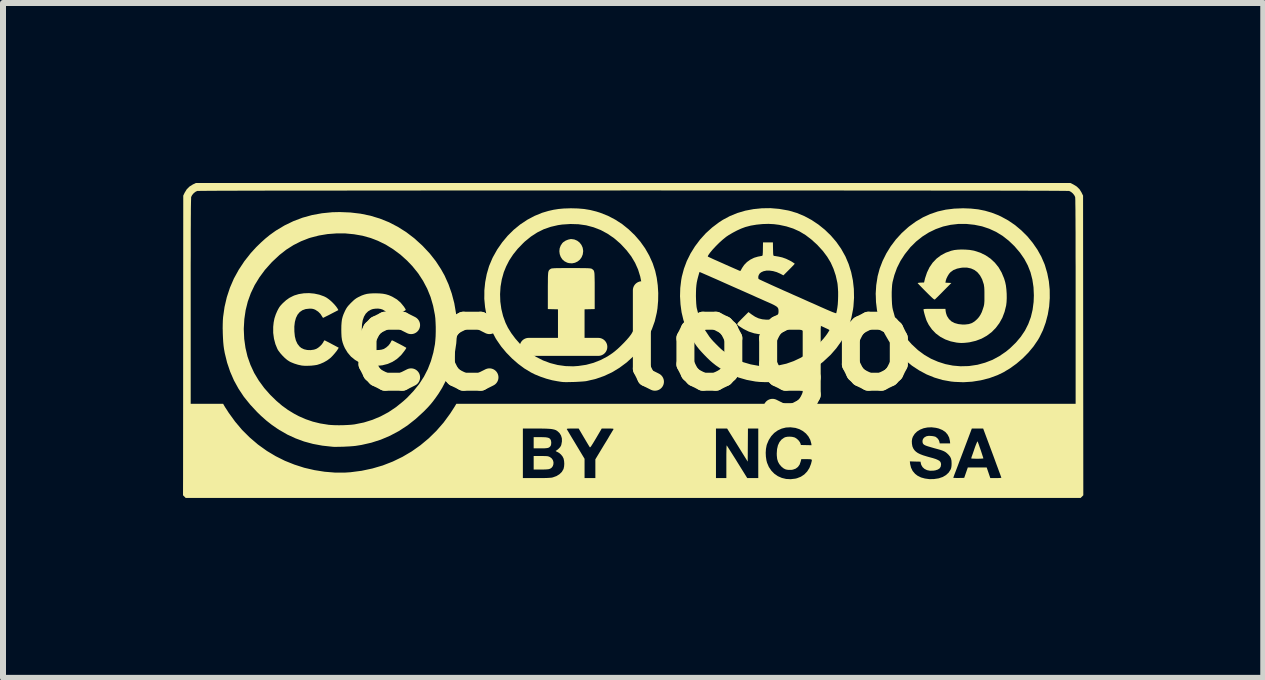
<source format=kicad_pcb>
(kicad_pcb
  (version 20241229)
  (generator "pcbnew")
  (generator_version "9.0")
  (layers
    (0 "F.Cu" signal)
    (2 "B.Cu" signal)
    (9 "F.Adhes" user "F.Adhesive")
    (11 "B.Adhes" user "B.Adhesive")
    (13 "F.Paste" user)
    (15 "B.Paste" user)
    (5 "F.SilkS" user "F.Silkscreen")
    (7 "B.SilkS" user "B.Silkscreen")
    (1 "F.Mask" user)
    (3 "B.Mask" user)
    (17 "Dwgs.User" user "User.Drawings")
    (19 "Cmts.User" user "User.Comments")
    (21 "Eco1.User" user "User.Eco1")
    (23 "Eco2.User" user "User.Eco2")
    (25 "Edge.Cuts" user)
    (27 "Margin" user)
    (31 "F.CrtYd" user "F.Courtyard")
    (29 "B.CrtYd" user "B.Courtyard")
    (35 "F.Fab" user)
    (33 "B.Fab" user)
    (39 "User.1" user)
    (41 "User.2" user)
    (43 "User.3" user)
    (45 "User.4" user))
  (footprint "cc-logo"
    (layer "F.Cu")
    (at 7.502 2.622)
    (property "Reference" "cc-logo" (at 0 0 0) (layer "F.SilkS") (effects (font (size 1.524 1.524) (thickness 0.3))))
    (attr board_only exclude_from_pos_files exclude_from_bom)
    (fp_poly (pts (xy -1.496 1.614) (xy -1.456 1.616) (xy -1.426 1.621) (xy -1.404 1.628) (xy -1.388 1.639) (xy -1.378 1.651) (xy -1.369 1.673) (xy -1.365 1.702) (xy -1.367 1.732) (xy -1.374 1.757) (xy -1.377 1.761) (xy -1.389 1.775) (xy -1.403 1.786) (xy -1.422 1.793) (xy -1.448 1.797) (xy -1.484 1.8) (xy -1.532 1.8) (xy -1.545 1.8) (xy -1.658 1.8) (xy -1.658 1.613) (xy -1.549 1.613)) (stroke (width 0) (type solid)) (fill yes) (layer "F.SilkS"))
    (fp_poly (pts (xy -1.494 1.928) (xy -1.46 1.929) (xy -1.436 1.93) (xy -1.418 1.933) (xy -1.403 1.938) (xy -1.39 1.944) (xy -1.387 1.945) (xy -1.358 1.967) (xy -1.338 1.996) (xy -1.328 2.03) (xy -1.329 2.064) (xy -1.339 2.096) (xy -1.359 2.123) (xy -1.383 2.139) (xy -1.398 2.144) (xy -1.414 2.148) (xy -1.436 2.15) (xy -1.466 2.152) (xy -1.506 2.153) (xy -1.536 2.153) (xy -1.658 2.153) (xy -1.658 1.928) (xy -1.539 1.928)) (stroke (width 0) (type solid)) (fill yes) (layer "F.SilkS"))
    (fp_poly (pts (xy -0.98 -1.681) (xy -0.933 -1.661) (xy -0.893 -1.63) (xy -0.862 -1.59) (xy -0.841 -1.543) (xy -0.833 -1.491) (xy -0.833 -1.485) (xy -0.84 -1.432) (xy -0.859 -1.385) (xy -0.888 -1.345) (xy -0.926 -1.314) (xy -0.97 -1.293) (xy -1.019 -1.283) (xy -1.07 -1.287) (xy -1.1 -1.295) (xy -1.145 -1.318) (xy -1.182 -1.351) (xy -1.208 -1.392) (xy -1.224 -1.437) (xy -1.23 -1.485) (xy -1.225 -1.533) (xy -1.208 -1.579) (xy -1.18 -1.621) (xy -1.162 -1.638) (xy -1.125 -1.662) (xy -1.082 -1.679) (xy -1.04 -1.688) (xy -1.031 -1.688)) (stroke (width 0) (type solid)) (fill yes) (layer "F.SilkS"))
    (fp_poly (pts (xy 5.744 1.694) (xy 5.752 1.715) (xy 5.763 1.745) (xy 5.775 1.781) (xy 5.789 1.82) (xy 5.802 1.859) (xy 5.814 1.896) (xy 5.824 1.927) (xy 5.832 1.951) (xy 5.836 1.965) (xy 5.836 1.967) (xy 5.829 1.969) (xy 5.811 1.971) (xy 5.784 1.972) (xy 5.752 1.973) (xy 5.718 1.973) (xy 5.686 1.972) (xy 5.659 1.971) (xy 5.641 1.97) (xy 5.634 1.967) (xy 5.634 1.967) (xy 5.636 1.959) (xy 5.642 1.938) (xy 5.653 1.908) (xy 5.666 1.871) (xy 5.681 1.828) (xy 5.684 1.818) (xy 5.701 1.769) (xy 5.716 1.731) (xy 5.728 1.703) (xy 5.736 1.687) (xy 5.74 1.684)) (stroke (width 0) (type solid)) (fill yes) (layer "F.SilkS"))
    (fp_poly (pts (xy -0.953 -1.204) (xy -0.888 -1.204) (xy -0.835 -1.203) (xy -0.793 -1.203) (xy -0.76 -1.202) (xy -0.736 -1.201) (xy -0.718 -1.199) (xy -0.705 -1.197) (xy -0.696 -1.195) (xy -0.69 -1.192) (xy -0.688 -1.191) (xy -0.677 -1.183) (xy -0.668 -1.176) (xy -0.66 -1.168) (xy -0.654 -1.157) (xy -0.65 -1.143) (xy -0.646 -1.123) (xy -0.644 -1.096) (xy -0.643 -1.061) (xy -0.642 -1.016) (xy -0.641 -0.96) (xy -0.641 -0.892) (xy -0.641 -0.521) (xy -0.726 -0.519) (xy -0.81 -0.517) (xy -0.81 0.188) (xy -1.253 0.188) (xy -1.253 -0.517) (xy -1.422 -0.521) (xy -1.422 -0.829) (xy -1.422 -0.908) (xy -1.421 -0.974) (xy -1.421 -1.027) (xy -1.42 -1.069) (xy -1.418 -1.102) (xy -1.416 -1.128) (xy -1.412 -1.146) (xy -1.407 -1.16) (xy -1.401 -1.17) (xy -1.393 -1.178) (xy -1.384 -1.185) (xy -1.375 -1.191) (xy -1.369 -1.194) (xy -1.361 -1.197) (xy -1.35 -1.199) (xy -1.334 -1.2) (xy -1.312 -1.202) (xy -1.282 -1.203) (xy -1.243 -1.203) (xy -1.194 -1.204) (xy -1.134 -1.204) (xy -1.06 -1.204) (xy -1.031 -1.204)) (stroke (width 0) (type solid)) (fill yes) (layer "F.SilkS"))
    (fp_poly (pts (xy -5.314 -0.779) (xy -5.23 -0.761) (xy -5.152 -0.733) (xy -5.116 -0.715) (xy -5.086 -0.695) (xy -5.05 -0.667) (xy -5.014 -0.634) (xy -4.98 -0.599) (xy -4.952 -0.566) (xy -4.932 -0.538) (xy -4.93 -0.535) (xy -4.913 -0.504) (xy -5.037 -0.44) (xy -5.077 -0.419) (xy -5.112 -0.402) (xy -5.14 -0.388) (xy -5.159 -0.378) (xy -5.167 -0.375) (xy -5.174 -0.381) (xy -5.183 -0.396) (xy -5.185 -0.399) (xy -5.212 -0.441) (xy -5.249 -0.478) (xy -5.292 -0.506) (xy -5.294 -0.508) (xy -5.32 -0.519) (xy -5.342 -0.525) (xy -5.368 -0.528) (xy -5.397 -0.528) (xy -5.459 -0.521) (xy -5.512 -0.502) (xy -5.557 -0.471) (xy -5.593 -0.428) (xy -5.62 -0.373) (xy -5.638 -0.307) (xy -5.647 -0.23) (xy -5.646 -0.146) (xy -5.638 -0.066) (xy -5.621 0.002) (xy -5.595 0.058) (xy -5.561 0.102) (xy -5.531 0.127) (xy -5.485 0.149) (xy -5.432 0.161) (xy -5.375 0.163) (xy -5.319 0.155) (xy -5.283 0.143) (xy -5.252 0.125) (xy -5.219 0.098) (xy -5.189 0.067) (xy -5.167 0.036) (xy -5.161 0.024) (xy -5.152 0.008) (xy -5.144 0.000193) (xy -5.143 0) (xy -5.135 0.003) (xy -5.116 0.013) (xy -5.088 0.027) (xy -5.053 0.045) (xy -5.022 0.062) (xy -4.907 0.123) (xy -4.92 0.145) (xy -4.941 0.177) (xy -4.971 0.214) (xy -5.004 0.252) (xy -5.037 0.286) (xy -5.052 0.299) (xy -5.099 0.334) (xy -5.155 0.366) (xy -5.215 0.392) (xy -5.268 0.409) (xy -5.312 0.416) (xy -5.366 0.422) (xy -5.423 0.424) (xy -5.477 0.424) (xy -5.524 0.42) (xy -5.584 0.407) (xy -5.648 0.387) (xy -5.707 0.363) (xy -5.729 0.351) (xy -5.766 0.327) (xy -5.806 0.293) (xy -5.846 0.253) (xy -5.883 0.211) (xy -5.913 0.171) (xy -5.928 0.146) (xy -5.962 0.064) (xy -5.986 -0.027) (xy -5.999 -0.124) (xy -5.999 -0.222) (xy -5.999 -0.225) (xy -5.991 -0.3) (xy -5.978 -0.366) (xy -5.957 -0.43) (xy -5.933 -0.486) (xy -5.913 -0.525) (xy -5.895 -0.555) (xy -5.874 -0.582) (xy -5.848 -0.61) (xy -5.837 -0.621) (xy -5.783 -0.67) (xy -5.729 -0.708) (xy -5.67 -0.738) (xy -5.648 -0.748) (xy -5.572 -0.771) (xy -5.488 -0.784) (xy -5.401 -0.787)) (stroke (width 0) (type solid)) (fill yes) (layer "F.SilkS"))
    (fp_poly (pts (xy -4.229 -0.782) (xy -4.171 -0.777) (xy -4.119 -0.767) (xy -4.07 -0.752) (xy -4.02 -0.73) (xy -4.007 -0.723) (xy -3.936 -0.681) (xy -3.876 -0.629) (xy -3.825 -0.567) (xy -3.821 -0.562) (xy -3.804 -0.536) (xy -3.794 -0.52) (xy -3.791 -0.51) (xy -3.793 -0.503) (xy -3.8 -0.498) (xy -3.811 -0.491) (xy -3.832 -0.479) (xy -3.861 -0.464) (xy -3.894 -0.447) (xy -3.929 -0.429) (xy -3.964 -0.412) (xy -3.995 -0.396) (xy -4.02 -0.384) (xy -4.037 -0.377) (xy -4.042 -0.375) (xy -4.048 -0.381) (xy -4.059 -0.396) (xy -4.072 -0.416) (xy -4.103 -0.459) (xy -4.14 -0.492) (xy -4.174 -0.512) (xy -4.207 -0.523) (xy -4.249 -0.529) (xy -4.294 -0.528) (xy -4.337 -0.522) (xy -4.37 -0.511) (xy -4.418 -0.483) (xy -4.457 -0.444) (xy -4.486 -0.395) (xy -4.507 -0.335) (xy -4.519 -0.263) (xy -4.523 -0.184) (xy -4.519 -0.099) (xy -4.506 -0.027) (xy -4.484 0.034) (xy -4.454 0.083) (xy -4.414 0.121) (xy -4.365 0.148) (xy -4.329 0.157) (xy -4.285 0.162) (xy -4.237 0.161) (xy -4.193 0.155) (xy -4.156 0.144) (xy -4.152 0.142) (xy -4.113 0.117) (xy -4.076 0.084) (xy -4.048 0.047) (xy -4.04 0.031) (xy -4.03 0.012) (xy -4.022 0.001) (xy -4.019 0) (xy -4.01 0.003) (xy -3.991 0.012) (xy -3.965 0.025) (xy -3.933 0.042) (xy -3.899 0.059) (xy -3.865 0.077) (xy -3.833 0.094) (xy -3.807 0.109) (xy -3.789 0.119) (xy -3.781 0.124) (xy -3.781 0.125) (xy -3.785 0.136) (xy -3.797 0.155) (xy -3.814 0.179) (xy -3.835 0.206) (xy -3.856 0.233) (xy -3.874 0.253) (xy -3.939 0.312) (xy -4.012 0.359) (xy -4.093 0.394) (xy -4.18 0.416) (xy -4.273 0.425) (xy -4.372 0.421) (xy -4.388 0.419) (xy -4.478 0.401) (xy -4.561 0.37) (xy -4.635 0.326) (xy -4.702 0.272) (xy -4.758 0.206) (xy -4.804 0.131) (xy -4.825 0.084) (xy -4.841 0.039) (xy -4.853 -0.008) (xy -4.86 -0.059) (xy -4.863 -0.119) (xy -4.864 -0.18) (xy -4.863 -0.246) (xy -4.859 -0.301) (xy -4.853 -0.349) (xy -4.842 -0.392) (xy -4.827 -0.435) (xy -4.806 -0.482) (xy -4.8 -0.495) (xy -4.783 -0.527) (xy -4.765 -0.555) (xy -4.742 -0.583) (xy -4.713 -0.614) (xy -4.7 -0.627) (xy -4.666 -0.66) (xy -4.638 -0.684) (xy -4.611 -0.703) (xy -4.581 -0.72) (xy -4.568 -0.726) (xy -4.522 -0.748) (xy -4.48 -0.763) (xy -4.438 -0.774) (xy -4.393 -0.78) (xy -4.341 -0.783) (xy -4.298 -0.784)) (stroke (width 0) (type solid)) (fill yes) (layer "F.SilkS"))
    (fp_poly (pts (xy 5.499 -2.201) (xy 5.629 -2.196) (xy 5.75 -2.183) (xy 5.864 -2.16) (xy 5.974 -2.128) (xy 6.083 -2.086) (xy 6.132 -2.063) (xy 6.251 -1.998) (xy 6.364 -1.921) (xy 6.47 -1.832) (xy 6.569 -1.734) (xy 6.657 -1.627) (xy 6.736 -1.513) (xy 6.802 -1.395) (xy 6.855 -1.272) (xy 6.862 -1.253) (xy 6.901 -1.12) (xy 6.928 -0.984) (xy 6.942 -0.844) (xy 6.943 -0.704) (xy 6.933 -0.565) (xy 6.91 -0.429) (xy 6.875 -0.296) (xy 6.829 -0.169) (xy 6.771 -0.05) (xy 6.744 -0.004) (xy 6.671 0.103) (xy 6.586 0.205) (xy 6.491 0.301) (xy 6.388 0.389) (xy 6.28 0.467) (xy 6.168 0.534) (xy 6.072 0.58) (xy 5.936 0.63) (xy 5.794 0.666) (xy 5.649 0.689) (xy 5.503 0.698) (xy 5.356 0.692) (xy 5.297 0.686) (xy 5.157 0.661) (xy 5.022 0.621) (xy 4.891 0.568) (xy 4.766 0.501) (xy 4.646 0.422) (xy 4.534 0.33) (xy 4.429 0.227) (xy 4.332 0.112) (xy 4.257 0.005) (xy 4.191 -0.11) (xy 4.137 -0.234) (xy 4.094 -0.364) (xy 4.064 -0.499) (xy 4.047 -0.638) (xy 4.044 -0.736) (xy 4.309 -0.736) (xy 4.311 -0.669) (xy 4.314 -0.606) (xy 4.32 -0.551) (xy 4.327 -0.515) (xy 4.363 -0.385) (xy 4.412 -0.263) (xy 4.474 -0.148) (xy 4.55 -0.039) (xy 4.639 0.063) (xy 4.742 0.159) (xy 4.75 0.166) (xy 4.853 0.242) (xy 4.963 0.306) (xy 5.081 0.357) (xy 5.203 0.396) (xy 5.328 0.421) (xy 5.455 0.432) (xy 5.583 0.429) (xy 5.605 0.427) (xy 5.739 0.407) (xy 5.866 0.372) (xy 5.988 0.325) (xy 6.103 0.263) (xy 6.213 0.188) (xy 6.28 0.133) (xy 6.377 0.039) (xy 6.46 -0.059) (xy 6.53 -0.163) (xy 6.585 -0.272) (xy 6.628 -0.388) (xy 6.657 -0.51) (xy 6.674 -0.64) (xy 6.678 -0.75) (xy 6.672 -0.886) (xy 6.653 -1.013) (xy 6.622 -1.134) (xy 6.577 -1.248) (xy 6.519 -1.357) (xy 6.447 -1.461) (xy 6.361 -1.562) (xy 6.358 -1.566) (xy 6.26 -1.66) (xy 6.157 -1.741) (xy 6.049 -1.807) (xy 5.934 -1.86) (xy 5.814 -1.9) (xy 5.686 -1.926) (xy 5.553 -1.94) (xy 5.42 -1.94) (xy 5.29 -1.925) (xy 5.165 -1.897) (xy 5.044 -1.854) (xy 4.928 -1.798) (xy 4.819 -1.729) (xy 4.716 -1.647) (xy 4.621 -1.553) (xy 4.613 -1.543) (xy 4.527 -1.435) (xy 4.455 -1.324) (xy 4.397 -1.208) (xy 4.353 -1.087) (xy 4.323 -0.971) (xy 4.316 -0.925) (xy 4.312 -0.868) (xy 4.309 -0.803) (xy 4.309 -0.736) (xy 4.044 -0.736) (xy 4.042 -0.778) (xy 4.051 -0.92) (xy 4.073 -1.06) (xy 4.073 -1.064) (xy 4.108 -1.195) (xy 4.157 -1.323) (xy 4.219 -1.448) (xy 4.293 -1.568) (xy 4.379 -1.682) (xy 4.475 -1.787) (xy 4.581 -1.883) (xy 4.599 -1.898) (xy 4.713 -1.981) (xy 4.83 -2.05) (xy 4.951 -2.105) (xy 5.077 -2.148) (xy 5.21 -2.178) (xy 5.349 -2.195) (xy 5.498 -2.201)) (stroke (width 0) (type solid)) (fill yes) (layer "F.SilkS"))
    (fp_poly (pts (xy 5.54 -1.512) (xy 5.607 -1.507) (xy 5.666 -1.497) (xy 5.685 -1.493) (xy 5.784 -1.461) (xy 5.874 -1.417) (xy 5.955 -1.362) (xy 6.028 -1.294) (xy 6.09 -1.217) (xy 6.141 -1.129) (xy 6.182 -1.031) (xy 6.2 -0.971) (xy 6.212 -0.915) (xy 6.22 -0.849) (xy 6.225 -0.777) (xy 6.226 -0.705) (xy 6.223 -0.638) (xy 6.216 -0.58) (xy 6.19 -0.475) (xy 6.153 -0.377) (xy 6.103 -0.287) (xy 6.043 -0.207) (xy 5.973 -0.136) (xy 5.894 -0.077) (xy 5.806 -0.028) (xy 5.71 0.008) (xy 5.608 0.032) (xy 5.57 0.037) (xy 5.518 0.042) (xy 5.475 0.044) (xy 5.433 0.042) (xy 5.388 0.037) (xy 5.292 0.017) (xy 5.202 -0.015) (xy 5.119 -0.059) (xy 5.045 -0.114) (xy 4.981 -0.18) (xy 4.927 -0.256) (xy 4.893 -0.322) (xy 4.884 -0.345) (xy 4.874 -0.376) (xy 4.863 -0.411) (xy 4.853 -0.446) (xy 4.845 -0.479) (xy 4.84 -0.503) (xy 4.838 -0.515) (xy 4.841 -0.518) (xy 4.849 -0.521) (xy 4.865 -0.523) (xy 4.889 -0.524) (xy 4.924 -0.525) (xy 4.971 -0.525) (xy 5.021 -0.525) (xy 5.204 -0.525) (xy 5.208 -0.485) (xy 5.214 -0.454) (xy 5.225 -0.42) (xy 5.232 -0.403) (xy 5.263 -0.355) (xy 5.304 -0.316) (xy 5.357 -0.288) (xy 5.419 -0.271) (xy 5.491 -0.263) (xy 5.534 -0.264) (xy 5.593 -0.271) (xy 5.643 -0.287) (xy 5.688 -0.314) (xy 5.73 -0.351) (xy 5.763 -0.388) (xy 5.788 -0.426) (xy 5.81 -0.47) (xy 5.829 -0.524) (xy 5.833 -0.537) (xy 5.841 -0.561) (xy 5.846 -0.582) (xy 5.85 -0.604) (xy 5.852 -0.628) (xy 5.854 -0.657) (xy 5.854 -0.696) (xy 5.854 -0.746) (xy 5.854 -0.803) (xy 5.853 -0.848) (xy 5.851 -0.883) (xy 5.847 -0.911) (xy 5.843 -0.936) (xy 5.841 -0.941) (xy 5.816 -1.017) (xy 5.782 -1.08) (xy 5.74 -1.132) (xy 5.69 -1.171) (xy 5.631 -1.198) (xy 5.565 -1.212) (xy 5.492 -1.212) (xy 5.465 -1.209) (xy 5.397 -1.195) (xy 5.339 -1.172) (xy 5.292 -1.139) (xy 5.29 -1.137) (xy 5.265 -1.109) (xy 5.242 -1.072) (xy 5.222 -1.032) (xy 5.21 -0.995) (xy 5.209 -0.988) (xy 5.204 -0.961) (xy 5.303 -0.956) (xy 5.173 -0.825) (xy 5.137 -0.788) (xy 5.103 -0.754) (xy 5.074 -0.725) (xy 5.051 -0.703) (xy 5.036 -0.688) (xy 5.031 -0.683) (xy 5.026 -0.681) (xy 5.02 -0.681) (xy 5.011 -0.686) (xy 4.998 -0.696) (xy 4.979 -0.713) (xy 4.954 -0.737) (xy 4.921 -0.769) (xy 4.879 -0.811) (xy 4.842 -0.848) (xy 4.809 -0.882) (xy 4.781 -0.911) (xy 4.759 -0.934) (xy 4.745 -0.949) (xy 4.741 -0.954) (xy 4.748 -0.957) (xy 4.766 -0.96) (xy 4.791 -0.962) (xy 4.794 -0.962) (xy 4.848 -0.964) (xy 4.865 -1.035) (xy 4.897 -1.131) (xy 4.939 -1.218) (xy 4.992 -1.295) (xy 5.056 -1.362) (xy 5.129 -1.417) (xy 5.211 -1.461) (xy 5.301 -1.493) (xy 5.353 -1.505) (xy 5.408 -1.511) (xy 5.472 -1.514)) (stroke (width 0) (type solid)) (fill yes) (layer "F.SilkS"))
    (fp_poly (pts (xy -0.923 -2.198) (xy -0.817 -2.189) (xy -0.715 -2.172) (xy -0.615 -2.147) (xy -0.551 -2.127) (xy -0.422 -2.076) (xy -0.299 -2.012) (xy -0.183 -1.937) (xy -0.074 -1.849) (xy 0.027 -1.752) (xy 0.118 -1.647) (xy 0.199 -1.533) (xy 0.268 -1.412) (xy 0.325 -1.286) (xy 0.367 -1.159) (xy 0.393 -1.042) (xy 0.41 -0.917) (xy 0.418 -0.788) (xy 0.416 -0.658) (xy 0.405 -0.532) (xy 0.393 -0.458) (xy 0.36 -0.318) (xy 0.312 -0.185) (xy 0.251 -0.058) (xy 0.177 0.062) (xy 0.089 0.176) (xy 0.004 0.266) (xy -0.109 0.369) (xy -0.229 0.458) (xy -0.353 0.533) (xy -0.484 0.594) (xy -0.621 0.642) (xy -0.765 0.676) (xy -0.784 0.68) (xy -0.81 0.683) (xy -0.846 0.686) (xy -0.891 0.689) (xy -0.941 0.692) (xy -0.993 0.694) (xy -1.044 0.695) (xy -1.092 0.696) (xy -1.133 0.696) (xy -1.165 0.695) (xy -1.185 0.693) (xy -1.202 0.691) (xy -1.228 0.687) (xy -1.258 0.682) (xy -1.26 0.682) (xy -1.351 0.665) (xy -1.447 0.639) (xy -1.544 0.606) (xy -1.637 0.568) (xy -1.703 0.535) (xy -1.811 0.47) (xy -1.916 0.392) (xy -2.018 0.303) (xy -2.113 0.206) (xy -2.199 0.103) (xy -2.273 -0.004) (xy -2.293 -0.036) (xy -2.356 -0.157) (xy -2.406 -0.285) (xy -2.444 -0.417) (xy -2.468 -0.553) (xy -2.481 -0.692) (xy -2.48 -0.77) (xy -2.218 -0.77) (xy -2.214 -0.646) (xy -2.197 -0.524) (xy -2.168 -0.405) (xy -2.127 -0.292) (xy -2.087 -0.21) (xy -2.032 -0.121) (xy -1.965 -0.031) (xy -1.89 0.055) (xy -1.809 0.135) (xy -1.727 0.202) (xy -1.619 0.275) (xy -1.503 0.334) (xy -1.383 0.379) (xy -1.258 0.411) (xy -1.129 0.429) (xy -0.999 0.433) (xy -0.914 0.427) (xy -0.784 0.408) (xy -0.661 0.375) (xy -0.544 0.329) (xy -0.431 0.27) (xy -0.349 0.216) (xy -0.306 0.183) (xy -0.258 0.142) (xy -0.208 0.095) (xy -0.158 0.045) (xy -0.111 -0.005) (xy -0.07 -0.052) (xy -0.038 -0.094) (xy -0.031 -0.104) (xy 0.034 -0.215) (xy 0.085 -0.333) (xy 0.123 -0.456) (xy 0.146 -0.585) (xy 0.156 -0.718) (xy 0.155 -0.806) (xy 0.143 -0.939) (xy 0.118 -1.063) (xy 0.082 -1.18) (xy 0.032 -1.292) (xy -0.031 -1.398) (xy -0.109 -1.5) (xy -0.2 -1.598) (xy -0.217 -1.615) (xy -0.319 -1.703) (xy -0.427 -1.777) (xy -0.54 -1.838) (xy -0.659 -1.884) (xy -0.783 -1.917) (xy -0.912 -1.935) (xy -1.045 -1.939) (xy -1.183 -1.93) (xy -1.252 -1.92) (xy -1.373 -1.892) (xy -1.489 -1.852) (xy -1.598 -1.798) (xy -1.703 -1.73) (xy -1.804 -1.648) (xy -1.835 -1.618) (xy -1.925 -1.525) (xy -2.001 -1.43) (xy -2.065 -1.333) (xy -2.117 -1.231) (xy -2.156 -1.135) (xy -2.189 -1.017) (xy -2.21 -0.895) (xy -2.218 -0.77) (xy -2.48 -0.77) (xy -2.48 -0.831) (xy -2.466 -0.969) (xy -2.44 -1.105) (xy -2.401 -1.238) (xy -2.348 -1.364) (xy -2.337 -1.387) (xy -2.265 -1.515) (xy -2.183 -1.633) (xy -2.091 -1.743) (xy -1.99 -1.843) (xy -1.881 -1.932) (xy -1.765 -2.009) (xy -1.643 -2.074) (xy -1.516 -2.126) (xy -1.411 -2.157) (xy -1.327 -2.176) (xy -1.244 -2.189) (xy -1.158 -2.197) (xy -1.063 -2.2) (xy -1.039 -2.201)) (stroke (width 0) (type solid)) (fill yes) (layer "F.SilkS"))
    (fp_poly (pts (xy -4.714 -2.131) (xy -4.544 -2.111) (xy -4.379 -2.077) (xy -4.221 -2.029) (xy -4.069 -1.968) (xy -3.923 -1.892) (xy -3.783 -1.804) (xy -3.648 -1.701) (xy -3.519 -1.584) (xy -3.503 -1.568) (xy -3.389 -1.446) (xy -3.289 -1.319) (xy -3.203 -1.187) (xy -3.143 -1.08) (xy -3.077 -0.933) (xy -3.023 -0.779) (xy -2.981 -0.619) (xy -2.953 -0.456) (xy -2.938 -0.289) (xy -2.936 -0.12) (xy -2.948 0.049) (xy -2.973 0.217) (xy -3.001 0.342) (xy -3.048 0.498) (xy -3.109 0.648) (xy -3.183 0.791) (xy -3.245 0.891) (xy -3.292 0.958) (xy -3.336 1.017) (xy -3.38 1.071) (xy -3.428 1.124) (xy -3.485 1.182) (xy -3.492 1.189) (xy -3.624 1.31) (xy -3.761 1.418) (xy -3.904 1.511) (xy -4.052 1.59) (xy -4.205 1.655) (xy -4.364 1.706) (xy -4.527 1.743) (xy -4.627 1.759) (xy -4.668 1.763) (xy -4.719 1.767) (xy -4.775 1.77) (xy -4.834 1.773) (xy -4.891 1.774) (xy -4.943 1.775) (xy -4.987 1.775) (xy -5.015 1.773) (xy -5.18 1.755) (xy -5.336 1.726) (xy -5.484 1.686) (xy -5.625 1.634) (xy -5.762 1.571) (xy -5.896 1.494) (xy -5.93 1.472) (xy -6.024 1.407) (xy -6.113 1.337) (xy -6.2 1.26) (xy -6.267 1.195) (xy -6.384 1.069) (xy -6.488 0.94) (xy -6.577 0.806) (xy -6.653 0.668) (xy -6.716 0.523) (xy -6.767 0.372) (xy -6.806 0.213) (xy -6.819 0.142) (xy -6.826 0.09) (xy -6.832 0.027) (xy -6.836 -0.043) (xy -6.839 -0.118) (xy -6.84 -0.18) (xy -6.489 -0.18) (xy -6.482 -0.024) (xy -6.461 0.126) (xy -6.427 0.27) (xy -6.378 0.409) (xy -6.316 0.543) (xy -6.239 0.671) (xy -6.149 0.794) (xy -6.044 0.913) (xy -6.042 0.914) (xy -5.946 1.008) (xy -5.851 1.089) (xy -5.753 1.16) (xy -5.651 1.222) (xy -5.57 1.265) (xy -5.455 1.315) (xy -5.338 1.355) (xy -5.216 1.385) (xy -5.084 1.406) (xy -5.081 1.407) (xy -5.031 1.411) (xy -4.971 1.414) (xy -4.903 1.415) (xy -4.833 1.414) (xy -4.765 1.411) (xy -4.701 1.407) (xy -4.647 1.401) (xy -4.636 1.399) (xy -4.488 1.369) (xy -4.346 1.325) (xy -4.21 1.268) (xy -4.079 1.198) (xy -3.952 1.113) (xy -3.83 1.014) (xy -3.765 0.955) (xy -3.659 0.843) (xy -3.566 0.728) (xy -3.487 0.606) (xy -3.422 0.479) (xy -3.37 0.345) (xy -3.33 0.203) (xy -3.303 0.062) (xy -3.297 0.002) (xy -3.292 -0.068) (xy -3.29 -0.145) (xy -3.29 -0.223) (xy -3.293 -0.299) (xy -3.297 -0.368) (xy -3.304 -0.424) (xy -3.334 -0.577) (xy -3.376 -0.722) (xy -3.432 -0.86) (xy -3.501 -0.991) (xy -3.583 -1.117) (xy -3.679 -1.236) (xy -3.766 -1.327) (xy -3.878 -1.428) (xy -3.998 -1.517) (xy -4.123 -1.595) (xy -4.254 -1.659) (xy -4.373 -1.705) (xy -4.509 -1.743) (xy -4.652 -1.768) (xy -4.798 -1.782) (xy -4.946 -1.782) (xy -5.093 -1.771) (xy -5.237 -1.747) (xy -5.376 -1.711) (xy -5.405 -1.702) (xy -5.535 -1.651) (xy -5.66 -1.588) (xy -5.78 -1.512) (xy -5.895 -1.422) (xy -6.007 -1.317) (xy -6.03 -1.294) (xy -6.137 -1.174) (xy -6.229 -1.049) (xy -6.308 -0.92) (xy -6.372 -0.786) (xy -6.422 -0.648) (xy -6.458 -0.504) (xy -6.48 -0.355) (xy -6.489 -0.2) (xy -6.489 -0.18) (xy -6.84 -0.18) (xy -6.841 -0.194) (xy -6.84 -0.266) (xy -6.838 -0.332) (xy -6.834 -0.387) (xy -6.81 -0.556) (xy -6.772 -0.719) (xy -6.72 -0.877) (xy -6.654 -1.03) (xy -6.573 -1.177) (xy -6.479 -1.319) (xy -6.372 -1.455) (xy -6.283 -1.552) (xy -6.205 -1.628) (xy -6.131 -1.695) (xy -6.056 -1.756) (xy -5.975 -1.814) (xy -5.952 -1.83) (xy -5.81 -1.915) (xy -5.663 -1.986) (xy -5.51 -2.044) (xy -5.351 -2.088) (xy -5.186 -2.118) (xy -5.015 -2.135) (xy -4.891 -2.138)) (stroke (width 0) (type solid)) (fill yes) (layer "F.SilkS"))
    (fp_poly (pts (xy 2.432 -2.191) (xy 2.575 -2.166) (xy 2.599 -2.161) (xy 2.727 -2.123) (xy 2.852 -2.071) (xy 2.973 -2.006) (xy 3.087 -1.93) (xy 3.195 -1.843) (xy 3.295 -1.746) (xy 3.386 -1.64) (xy 3.466 -1.526) (xy 3.533 -1.406) (xy 3.537 -1.399) (xy 3.591 -1.272) (xy 3.633 -1.138) (xy 3.662 -0.999) (xy 3.678 -0.856) (xy 3.681 -0.71) (xy 3.671 -0.564) (xy 3.664 -0.514) (xy 3.636 -0.372) (xy 3.594 -0.236) (xy 3.538 -0.107) (xy 3.469 0.016) (xy 3.386 0.132) (xy 3.291 0.241) (xy 3.277 0.254) (xy 3.164 0.359) (xy 3.046 0.449) (xy 2.923 0.525) (xy 2.794 0.587) (xy 2.66 0.635) (xy 2.52 0.67) (xy 2.416 0.686) (xy 2.343 0.693) (xy 2.264 0.696) (xy 2.183 0.696) (xy 2.105 0.693) (xy 2.037 0.686) (xy 2.037 0.686) (xy 1.892 0.659) (xy 1.754 0.619) (xy 1.623 0.566) (xy 1.498 0.499) (xy 1.379 0.418) (xy 1.321 0.372) (xy 1.28 0.336) (xy 1.234 0.292) (xy 1.186 0.243) (xy 1.14 0.194) (xy 1.098 0.147) (xy 1.065 0.105) (xy 1.061 0.101) (xy 0.99 -0.003) (xy 0.928 -0.113) (xy 0.876 -0.227) (xy 0.837 -0.34) (xy 0.837 -0.341) (xy 0.807 -0.467) (xy 0.789 -0.599) (xy 0.781 -0.735) (xy 0.781 -0.737) (xy 1.046 -0.737) (xy 1.048 -0.673) (xy 1.051 -0.613) (xy 1.056 -0.561) (xy 1.06 -0.537) (xy 1.093 -0.408) (xy 1.139 -0.286) (xy 1.198 -0.17) (xy 1.269 -0.063) (xy 1.274 -0.056) (xy 1.302 -0.021) (xy 1.339 0.02) (xy 1.381 0.063) (xy 1.424 0.106) (xy 1.465 0.145) (xy 1.497 0.172) (xy 1.602 0.249) (xy 1.714 0.313) (xy 1.834 0.364) (xy 1.96 0.401) (xy 2.093 0.425) (xy 2.112 0.427) (xy 2.16 0.431) (xy 2.217 0.432) (xy 2.28 0.43) (xy 2.343 0.426) (xy 2.4 0.42) (xy 2.427 0.417) (xy 2.553 0.389) (xy 2.675 0.346) (xy 2.794 0.29) (xy 2.907 0.22) (xy 2.941 0.196) (xy 2.981 0.164) (xy 3.026 0.123) (xy 3.074 0.077) (xy 3.121 0.028) (xy 3.165 -0.02) (xy 3.201 -0.064) (xy 3.224 -0.095) (xy 3.243 -0.123) (xy 3.258 -0.147) (xy 3.268 -0.164) (xy 3.271 -0.171) (xy 3.268 -0.174) (xy 3.258 -0.18) (xy 3.241 -0.189) (xy 3.215 -0.201) (xy 3.181 -0.217) (xy 3.137 -0.237) (xy 3.082 -0.262) (xy 3.016 -0.292) (xy 2.938 -0.327) (xy 2.848 -0.367) (xy 2.816 -0.381) (xy 2.732 -0.419) (xy 2.715 -0.372) (xy 2.682 -0.303) (xy 2.638 -0.243) (xy 2.582 -0.191) (xy 2.517 -0.15) (xy 2.443 -0.119) (xy 2.395 -0.107) (xy 2.333 -0.094) (xy 2.333 0.128) (xy 2.249 0.126) (xy 2.164 0.124) (xy 2.162 0.014) (xy 2.16 -0.096) (xy 2.108 -0.101) (xy 2.017 -0.117) (xy 1.927 -0.146) (xy 1.842 -0.188) (xy 1.802 -0.213) (xy 1.773 -0.232) (xy 1.752 -0.247) (xy 1.739 -0.259) (xy 1.735 -0.27) (xy 1.739 -0.283) (xy 1.752 -0.3) (xy 1.775 -0.323) (xy 1.806 -0.355) (xy 1.822 -0.371) (xy 1.922 -0.471) (xy 1.972 -0.433) (xy 2.031 -0.394) (xy 2.089 -0.367) (xy 2.151 -0.351) (xy 2.221 -0.344) (xy 2.241 -0.344) (xy 2.301 -0.348) (xy 2.348 -0.361) (xy 2.385 -0.383) (xy 2.409 -0.415) (xy 2.421 -0.455) (xy 2.423 -0.482) (xy 2.422 -0.506) (xy 2.419 -0.525) (xy 2.411 -0.542) (xy 2.397 -0.558) (xy 2.375 -0.573) (xy 2.345 -0.59) (xy 2.304 -0.61) (xy 2.25 -0.634) (xy 2.22 -0.647) (xy 2.177 -0.666) (xy 2.124 -0.69) (xy 2.062 -0.717) (xy 1.992 -0.749) (xy 1.915 -0.783) (xy 1.834 -0.819) (xy 1.75 -0.856) (xy 1.664 -0.894) (xy 1.61 -0.918) (xy 1.529 -0.954) (xy 1.451 -0.989) (xy 1.379 -1.021) (xy 1.312 -1.05) (xy 1.254 -1.076) (xy 1.203 -1.098) (xy 1.162 -1.116) (xy 1.132 -1.129) (xy 1.113 -1.137) (xy 1.107 -1.139) (xy 1.102 -1.129) (xy 1.096 -1.108) (xy 1.088 -1.079) (xy 1.079 -1.046) (xy 1.07 -1.011) (xy 1.063 -0.978) (xy 1.06 -0.964) (xy 1.054 -0.92) (xy 1.049 -0.865) (xy 1.047 -0.802) (xy 1.046 -0.737) (xy 0.781 -0.737) (xy 0.785 -0.872) (xy 0.801 -1.005) (xy 0.811 -1.061) (xy 0.846 -1.193) (xy 0.894 -1.322) (xy 0.934 -1.402) (xy 1.244 -1.402) (xy 1.246 -1.395) (xy 1.248 -1.394) (xy 1.259 -1.389) (xy 1.28 -1.379) (xy 1.312 -1.364) (xy 1.351 -1.346) (xy 1.397 -1.326) (xy 1.446 -1.304) (xy 1.498 -1.281) (xy 1.551 -1.257) (xy 1.603 -1.234) (xy 1.651 -1.213) (xy 1.694 -1.194) (xy 1.731 -1.178) (xy 1.76 -1.165) (xy 1.778 -1.158) (xy 1.784 -1.155) (xy 1.79 -1.161) (xy 1.8 -1.178) (xy 1.813 -1.201) (xy 1.814 -1.204) (xy 1.85 -1.257) (xy 1.897 -1.305) (xy 1.953 -1.345) (xy 2.015 -1.376) (xy 2.079 -1.395) (xy 2.107 -1.4) (xy 2.131 -1.405) (xy 2.143 -1.407) (xy 2.15 -1.409) (xy 2.154 -1.413) (xy 2.158 -1.422) (xy 2.159 -1.438) (xy 2.161 -1.463) (xy 2.162 -1.5) (xy 2.162 -1.521) (xy 2.164 -1.632) (xy 2.329 -1.632) (xy 2.331 -1.521) (xy 2.332 -1.478) (xy 2.333 -1.448) (xy 2.335 -1.428) (xy 2.337 -1.417) (xy 2.341 -1.411) (xy 2.347 -1.408) (xy 2.35 -1.407) (xy 2.366 -1.405) (xy 2.391 -1.401) (xy 2.42 -1.396) (xy 2.421 -1.396) (xy 2.484 -1.382) (xy 2.549 -1.359) (xy 2.611 -1.329) (xy 2.642 -1.312) (xy 2.665 -1.297) (xy 2.683 -1.285) (xy 2.692 -1.278) (xy 2.693 -1.278) (xy 2.689 -1.272) (xy 2.676 -1.257) (xy 2.655 -1.235) (xy 2.629 -1.208) (xy 2.6 -1.179) (xy 2.504 -1.083) (xy 2.451 -1.111) (xy 2.392 -1.137) (xy 2.332 -1.154) (xy 2.274 -1.162) (xy 2.22 -1.162) (xy 2.172 -1.152) (xy 2.133 -1.134) (xy 2.109 -1.114) (xy 2.093 -1.088) (xy 2.085 -1.06) (xy 2.086 -1.034) (xy 2.091 -1.023) (xy 2.099 -1.018) (xy 2.119 -1.008) (xy 2.151 -0.993) (xy 2.192 -0.974) (xy 2.243 -0.951) (xy 2.301 -0.924) (xy 2.365 -0.895) (xy 2.435 -0.864) (xy 2.505 -0.832) (xy 2.588 -0.796) (xy 2.674 -0.757) (xy 2.761 -0.719) (xy 2.846 -0.681) (xy 2.928 -0.644) (xy 3.004 -0.611) (xy 3.071 -0.581) (xy 3.128 -0.555) (xy 3.147 -0.547) (xy 3.217 -0.516) (xy 3.275 -0.491) (xy 3.32 -0.472) (xy 3.353 -0.46) (xy 3.374 -0.453) (xy 3.383 -0.452) (xy 3.384 -0.452) (xy 3.387 -0.463) (xy 3.392 -0.485) (xy 3.398 -0.515) (xy 3.403 -0.544) (xy 3.41 -0.6) (xy 3.414 -0.666) (xy 3.416 -0.736) (xy 3.416 -0.807) (xy 3.412 -0.874) (xy 3.407 -0.933) (xy 3.403 -0.96) (xy 3.376 -1.081) (xy 3.339 -1.192) (xy 3.293 -1.295) (xy 3.234 -1.393) (xy 3.163 -1.488) (xy 3.078 -1.581) (xy 3.069 -1.591) (xy 2.972 -1.679) (xy 2.874 -1.754) (xy 2.773 -1.815) (xy 2.667 -1.863) (xy 2.554 -1.899) (xy 2.433 -1.925) (xy 2.348 -1.936) (xy 2.255 -1.941) (xy 2.156 -1.938) (xy 2.056 -1.928) (xy 1.96 -1.912) (xy 1.872 -1.889) (xy 1.863 -1.886) (xy 1.799 -1.862) (xy 1.729 -1.83) (xy 1.659 -1.793) (xy 1.594 -1.755) (xy 1.548 -1.724) (xy 1.493 -1.679) (xy 1.434 -1.626) (xy 1.377 -1.569) (xy 1.324 -1.512) (xy 1.281 -1.46) (xy 1.261 -1.432) (xy 1.249 -1.413) (xy 1.244 -1.402) (xy 0.934 -1.402) (xy 0.956 -1.447) (xy 1.03 -1.566) (xy 1.115 -1.679) (xy 1.211 -1.785) (xy 1.317 -1.881) (xy 1.431 -1.967) (xy 1.494 -2.008) (xy 1.612 -2.071) (xy 1.737 -2.122) (xy 1.869 -2.161) (xy 2.006 -2.187) (xy 2.146 -2.201) (xy 2.289 -2.203)) (stroke (width 0) (type solid)) (fill yes) (layer "F.SilkS"))
    (fp_poly (pts (xy 7.336 -2.598) (xy 7.393 -2.563) (xy 7.439 -2.518) (xy 7.474 -2.462) (xy 7.474 -2.46) (xy 7.498 -2.412) (xy 7.5 0.085) (xy 7.502 2.582) (xy 7.48 2.604) (xy 7.458 2.626) (xy -7.458 2.626) (xy -7.48 2.604) (xy -7.502 2.582) (xy -7.501 2.295) (xy -1.838 2.295) (xy -1.611 2.295) (xy -1.541 2.295) (xy -1.485 2.295) (xy -1.44 2.294) (xy -1.405 2.292) (xy -1.377 2.29) (xy -1.356 2.288) (xy -1.34 2.284) (xy -1.339 2.284) (xy -1.278 2.262) (xy -1.228 2.231) (xy -1.189 2.193) (xy -1.162 2.147) (xy -1.159 2.138) (xy -1.151 2.101) (xy -1.148 2.057) (xy -1.151 2.012) (xy -1.159 1.972) (xy -1.16 1.969) (xy -1.177 1.935) (xy -1.203 1.903) (xy -1.234 1.876) (xy -1.263 1.86) (xy -1.281 1.852) (xy -1.29 1.844) (xy -1.289 1.839) (xy -1.284 1.838) (xy -1.275 1.833) (xy -1.259 1.821) (xy -1.243 1.807) (xy -1.218 1.781) (xy -1.202 1.754) (xy -1.197 1.738) (xy -1.187 1.684) (xy -1.188 1.633) (xy -1.202 1.586) (xy -1.226 1.547) (xy -1.236 1.537) (xy -1.254 1.52) (xy -1.272 1.506) (xy -1.292 1.495) (xy -1.316 1.487) (xy -1.344 1.481) (xy -1.362 1.478) (xy -1.106 1.478) (xy -1.104 1.484) (xy -1.103 1.485) (xy -1.098 1.494) (xy -1.085 1.515) (xy -1.067 1.546) (xy -1.044 1.585) (xy -1.017 1.63) (xy -0.986 1.681) (xy -0.953 1.736) (xy -0.953 1.736) (xy -0.81 1.974) (xy -0.81 2.295) (xy -0.63 2.295) (xy 1.38 2.295) (xy 1.553 2.295) (xy 1.553 2.021) (xy 1.553 1.959) (xy 1.553 1.902) (xy 1.554 1.851) (xy 1.555 1.81) (xy 1.556 1.778) (xy 1.557 1.757) (xy 1.559 1.751) (xy 1.559 1.751) (xy 1.564 1.758) (xy 1.576 1.776) (xy 1.594 1.804) (xy 1.618 1.842) (xy 1.646 1.886) (xy 1.678 1.937) (xy 1.713 1.992) (xy 1.733 2.025) (xy 1.901 2.295) (xy 2.085 2.295) (xy 2.085 1.873) (xy 2.209 1.873) (xy 2.212 1.938) (xy 2.221 2) (xy 2.231 2.039) (xy 2.261 2.11) (xy 2.303 2.172) (xy 2.353 2.223) (xy 2.412 2.264) (xy 2.478 2.293) (xy 2.549 2.31) (xy 2.625 2.314) (xy 2.703 2.305) (xy 2.731 2.298) (xy 2.795 2.273) (xy 2.851 2.236) (xy 2.899 2.187) (xy 2.937 2.128) (xy 2.964 2.059) (xy 2.967 2.047) (xy 2.974 2.019) (xy 2.975 2.017) (xy 4.611 2.017) (xy 4.616 2.061) (xy 4.631 2.122) (xy 4.658 2.177) (xy 4.698 2.224) (xy 4.739 2.256) (xy 4.797 2.285) (xy 4.863 2.303) (xy 4.936 2.313) (xy 5.011 2.312) (xy 5.086 2.301) (xy 5.095 2.299) (xy 5.124 2.289) (xy 5.335 2.289) (xy 5.341 2.292) (xy 5.36 2.293) (xy 5.39 2.294) (xy 5.425 2.294) (xy 5.517 2.292) (xy 5.577 2.119) (xy 5.892 2.119) (xy 5.922 2.207) (xy 5.952 2.295) (xy 6.044 2.295) (xy 6.079 2.295) (xy 6.108 2.294) (xy 6.128 2.292) (xy 6.136 2.29) (xy 6.136 2.29) (xy 6.134 2.282) (xy 6.126 2.261) (xy 6.115 2.229) (xy 6.099 2.187) (xy 6.08 2.135) (xy 6.058 2.076) (xy 6.034 2.01) (xy 6.008 1.939) (xy 5.985 1.877) (xy 5.833 1.47) (xy 5.644 1.47) (xy 5.491 1.876) (xy 5.463 1.95) (xy 5.436 2.02) (xy 5.412 2.085) (xy 5.39 2.143) (xy 5.371 2.193) (xy 5.355 2.234) (xy 5.344 2.265) (xy 5.337 2.283) (xy 5.335 2.289) (xy 5.124 2.289) (xy 5.16 2.277) (xy 5.214 2.245) (xy 5.258 2.204) (xy 5.289 2.156) (xy 5.298 2.134) (xy 5.303 2.112) (xy 5.306 2.085) (xy 5.307 2.052) (xy 5.305 2.006) (xy 5.297 1.97) (xy 5.282 1.939) (xy 5.258 1.909) (xy 5.242 1.893) (xy 5.223 1.876) (xy 5.203 1.861) (xy 5.181 1.849) (xy 5.153 1.837) (xy 5.118 1.825) (xy 5.072 1.812) (xy 5.02 1.798) (xy 4.961 1.781) (xy 4.914 1.767) (xy 4.879 1.755) (xy 4.854 1.743) (xy 4.837 1.73) (xy 4.828 1.716) (xy 4.823 1.699) (xy 4.822 1.679) (xy 4.822 1.673) (xy 4.83 1.645) (xy 4.85 1.62) (xy 4.88 1.602) (xy 4.894 1.597) (xy 4.924 1.592) (xy 4.961 1.593) (xy 4.998 1.597) (xy 5.029 1.604) (xy 5.04 1.608) (xy 5.069 1.63) (xy 5.092 1.66) (xy 5.104 1.691) (xy 5.109 1.718) (xy 5.283 1.718) (xy 5.279 1.677) (xy 5.266 1.62) (xy 5.24 1.57) (xy 5.203 1.527) (xy 5.153 1.494) (xy 5.092 1.469) (xy 5.046 1.458) (xy 4.973 1.449) (xy 4.904 1.452) (xy 4.84 1.465) (xy 4.782 1.488) (xy 4.732 1.519) (xy 4.692 1.558) (xy 4.662 1.605) (xy 4.65 1.639) (xy 4.644 1.679) (xy 4.646 1.724) (xy 4.654 1.768) (xy 4.669 1.803) (xy 4.688 1.831) (xy 4.712 1.855) (xy 4.743 1.877) (xy 4.783 1.897) (xy 4.832 1.916) (xy 4.894 1.935) (xy 4.936 1.947) (xy 4.996 1.963) (xy 5.043 1.978) (xy 5.077 1.993) (xy 5.102 2.007) (xy 5.118 2.023) (xy 5.127 2.041) (xy 5.131 2.062) (xy 5.131 2.071) (xy 5.125 2.106) (xy 5.108 2.133) (xy 5.078 2.153) (xy 5.035 2.167) (xy 5.001 2.172) (xy 4.946 2.173) (xy 4.897 2.163) (xy 4.855 2.142) (xy 4.823 2.113) (xy 4.801 2.075) (xy 4.794 2.048) (xy 4.789 2.022) (xy 4.7 2.02) (xy 4.611 2.017) (xy 2.975 2.017) (xy 2.978 2.001) (xy 2.975 1.989) (xy 2.964 1.983) (xy 2.943 1.981) (xy 2.91 1.98) (xy 2.89 1.98) (xy 2.802 1.98) (xy 2.792 2.019) (xy 2.774 2.071) (xy 2.746 2.11) (xy 2.709 2.138) (xy 2.662 2.155) (xy 2.633 2.159) (xy 2.584 2.159) (xy 2.544 2.152) (xy 2.51 2.136) (xy 2.476 2.109) (xy 2.467 2.1) (xy 2.436 2.063) (xy 2.414 2.023) (xy 2.4 1.977) (xy 2.394 1.921) (xy 2.393 1.887) (xy 2.398 1.813) (xy 2.413 1.749) (xy 2.438 1.696) (xy 2.472 1.654) (xy 2.515 1.623) (xy 2.538 1.613) (xy 2.569 1.607) (xy 2.607 1.605) (xy 2.648 1.608) (xy 2.683 1.616) (xy 2.697 1.621) (xy 2.727 1.64) (xy 2.755 1.666) (xy 2.777 1.695) (xy 2.789 1.721) (xy 2.795 1.744) (xy 2.973 1.748) (xy 2.968 1.716) (xy 2.951 1.657) (xy 2.921 1.602) (xy 2.88 1.553) (xy 2.829 1.512) (xy 2.77 1.48) (xy 2.704 1.459) (xy 2.702 1.459) (xy 2.622 1.449) (xy 2.546 1.453) (xy 2.475 1.471) (xy 2.41 1.501) (xy 2.351 1.543) (xy 2.301 1.597) (xy 2.26 1.661) (xy 2.229 1.734) (xy 2.223 1.756) (xy 2.213 1.811) (xy 2.209 1.873) (xy 2.085 1.873) (xy 2.085 1.47) (xy 1.913 1.47) (xy 1.911 1.746) (xy 1.909 2.021) (xy 1.738 1.746) (xy 1.566 1.47) (xy 1.38 1.47) (xy 1.38 2.295) (xy -0.63 2.295) (xy -0.63 1.983) (xy -0.484 1.741) (xy -0.45 1.686) (xy -0.419 1.635) (xy -0.392 1.588) (xy -0.368 1.549) (xy -0.349 1.517) (xy -0.336 1.496) (xy -0.33 1.485) (xy -0.33 1.485) (xy -0.327 1.479) (xy -0.329 1.475) (xy -0.337 1.472) (xy -0.353 1.471) (xy -0.379 1.47) (xy -0.418 1.47) (xy -0.524 1.47) (xy -0.619 1.632) (xy -0.649 1.682) (xy -0.672 1.72) (xy -0.69 1.748) (xy -0.702 1.767) (xy -0.712 1.778) (xy -0.718 1.783) (xy -0.722 1.782) (xy -0.724 1.78) (xy -0.73 1.77) (xy -0.743 1.749) (xy -0.761 1.719) (xy -0.783 1.682) (xy -0.807 1.641) (xy -0.821 1.618) (xy -0.908 1.47) (xy -1.01 1.47) (xy -1.05 1.47) (xy -1.078 1.471) (xy -1.095 1.472) (xy -1.103 1.475) (xy -1.106 1.478) (xy -1.362 1.478) (xy -1.379 1.476) (xy -1.423 1.473) (xy -1.476 1.471) (xy -1.541 1.47) (xy -1.613 1.47) (xy -1.838 1.47) (xy -1.838 2.295) (xy -7.501 2.295) (xy -7.5 1.058) (xy -7.374 1.058) (xy -6.833 1.058) (xy -6.82 1.081) (xy -6.812 1.095) (xy -6.797 1.12) (xy -6.777 1.15) (xy -6.754 1.186) (xy -6.742 1.205) (xy -6.635 1.353) (xy -6.518 1.492) (xy -6.39 1.619) (xy -6.252 1.737) (xy -6.104 1.843) (xy -5.957 1.931) (xy -5.805 2.007) (xy -5.645 2.071) (xy -5.48 2.124) (xy -5.311 2.163) (xy -5.141 2.19) (xy -4.97 2.204) (xy -4.801 2.204) (xy -4.711 2.198) (xy -4.526 2.174) (xy -4.347 2.136) (xy -4.173 2.085) (xy -4.006 2.02) (xy -3.845 1.942) (xy -3.692 1.852) (xy -3.546 1.749) (xy -3.408 1.634) (xy -3.279 1.508) (xy -3.159 1.37) (xy -3.049 1.22) (xy -2.975 1.105) (xy -2.947 1.058) (xy 7.374 1.058) (xy 7.374 -0.651) (xy 7.374 -0.858) (xy 7.374 -1.05) (xy 7.374 -1.227) (xy 7.373 -1.391) (xy 7.373 -1.541) (xy 7.373 -1.678) (xy 7.373 -1.801) (xy 7.372 -1.912) (xy 7.372 -2.01) (xy 7.371 -2.097) (xy 7.371 -2.171) (xy 7.37 -2.234) (xy 7.369 -2.286) (xy 7.369 -2.327) (xy 7.368 -2.357) (xy 7.367 -2.378) (xy 7.366 -2.388) (xy 7.366 -2.389) (xy 7.351 -2.419) (xy 7.327 -2.449) (xy 7.297 -2.474) (xy 7.267 -2.489) (xy 7.265 -2.49) (xy 7.256 -2.49) (xy 7.232 -2.49) (xy 7.194 -2.491) (xy 7.143 -2.491) (xy 7.077 -2.492) (xy 6.999 -2.492) (xy 6.908 -2.493) (xy 6.805 -2.493) (xy 6.69 -2.493) (xy 6.564 -2.494) (xy 6.427 -2.494) (xy 6.278 -2.494) (xy 6.12 -2.495) (xy 5.952 -2.495) (xy 5.774 -2.495) (xy 5.588 -2.496) (xy 5.392 -2.496) (xy 5.188 -2.496) (xy 4.977 -2.496) (xy 4.758 -2.497) (xy 4.532 -2.497) (xy 4.299 -2.497) (xy 4.06 -2.497) (xy 3.815 -2.497) (xy 3.564 -2.497) (xy 3.308 -2.498) (xy 3.048 -2.498) (xy 2.783 -2.498) (xy 2.514 -2.498) (xy 2.242 -2.498) (xy 1.967 -2.498) (xy 1.689 -2.498) (xy 1.408 -2.498) (xy 1.126 -2.498) (xy 0.842 -2.498) (xy 0.557 -2.498) (xy 0.271 -2.499) (xy -0.015 -2.499) (xy -0.302 -2.498) (xy -0.588 -2.498) (xy -0.873 -2.498) (xy -1.156 -2.498) (xy -1.439 -2.498) (xy -1.719 -2.498) (xy -1.997 -2.498) (xy -2.272 -2.498) (xy -2.544 -2.498) (xy -2.812 -2.498) (xy -3.076 -2.498) (xy -3.336 -2.498) (xy -3.591 -2.497) (xy -3.841 -2.497) (xy -4.086 -2.497) (xy -4.324 -2.497) (xy -4.556 -2.497) (xy -4.782 -2.496) (xy -5 -2.496) (xy -5.211 -2.496) (xy -5.414 -2.496) (xy -5.608 -2.495) (xy -5.794 -2.495) (xy -5.971 -2.495) (xy -6.138 -2.495) (xy -6.295 -2.494) (xy -6.442 -2.494) (xy -6.578 -2.494) (xy -6.703 -2.493) (xy -6.817 -2.493) (xy -6.919 -2.493) (xy -7.008 -2.492) (xy -7.085 -2.492) (xy -7.149 -2.491) (xy -7.199 -2.491) (xy -7.236 -2.49) (xy -7.258 -2.49) (xy -7.265 -2.49) (xy -7.295 -2.475) (xy -7.325 -2.451) (xy -7.35 -2.421) (xy -7.365 -2.391) (xy -7.366 -2.389) (xy -7.367 -2.381) (xy -7.367 -2.362) (xy -7.368 -2.334) (xy -7.369 -2.295) (xy -7.37 -2.245) (xy -7.371 -2.185) (xy -7.371 -2.112) (xy -7.372 -2.029) (xy -7.372 -1.933) (xy -7.373 -1.824) (xy -7.373 -1.703) (xy -7.373 -1.569) (xy -7.373 -1.422) (xy -7.374 -1.261) (xy -7.374 -1.086) (xy -7.374 -0.897) (xy -7.374 -0.693) (xy -7.374 -0.651) (xy -7.374 1.058) (xy -7.5 1.058) (xy -7.498 -2.412) (xy -7.475 -2.46) (xy -7.44 -2.517) (xy -7.394 -2.563) (xy -7.338 -2.598) (xy -7.336 -2.599) (xy -7.288 -2.622) (xy 7.288 -2.622)) (stroke (width 0) (type solid)) (fill yes) (layer "F.SilkS")))
  (gr_rect
    (start -3 -3)
    (end 18.003 8.247)
    (stroke (width 0.1) (type default))
    (fill no)
    (layer "Edge.Cuts")))
</source>
